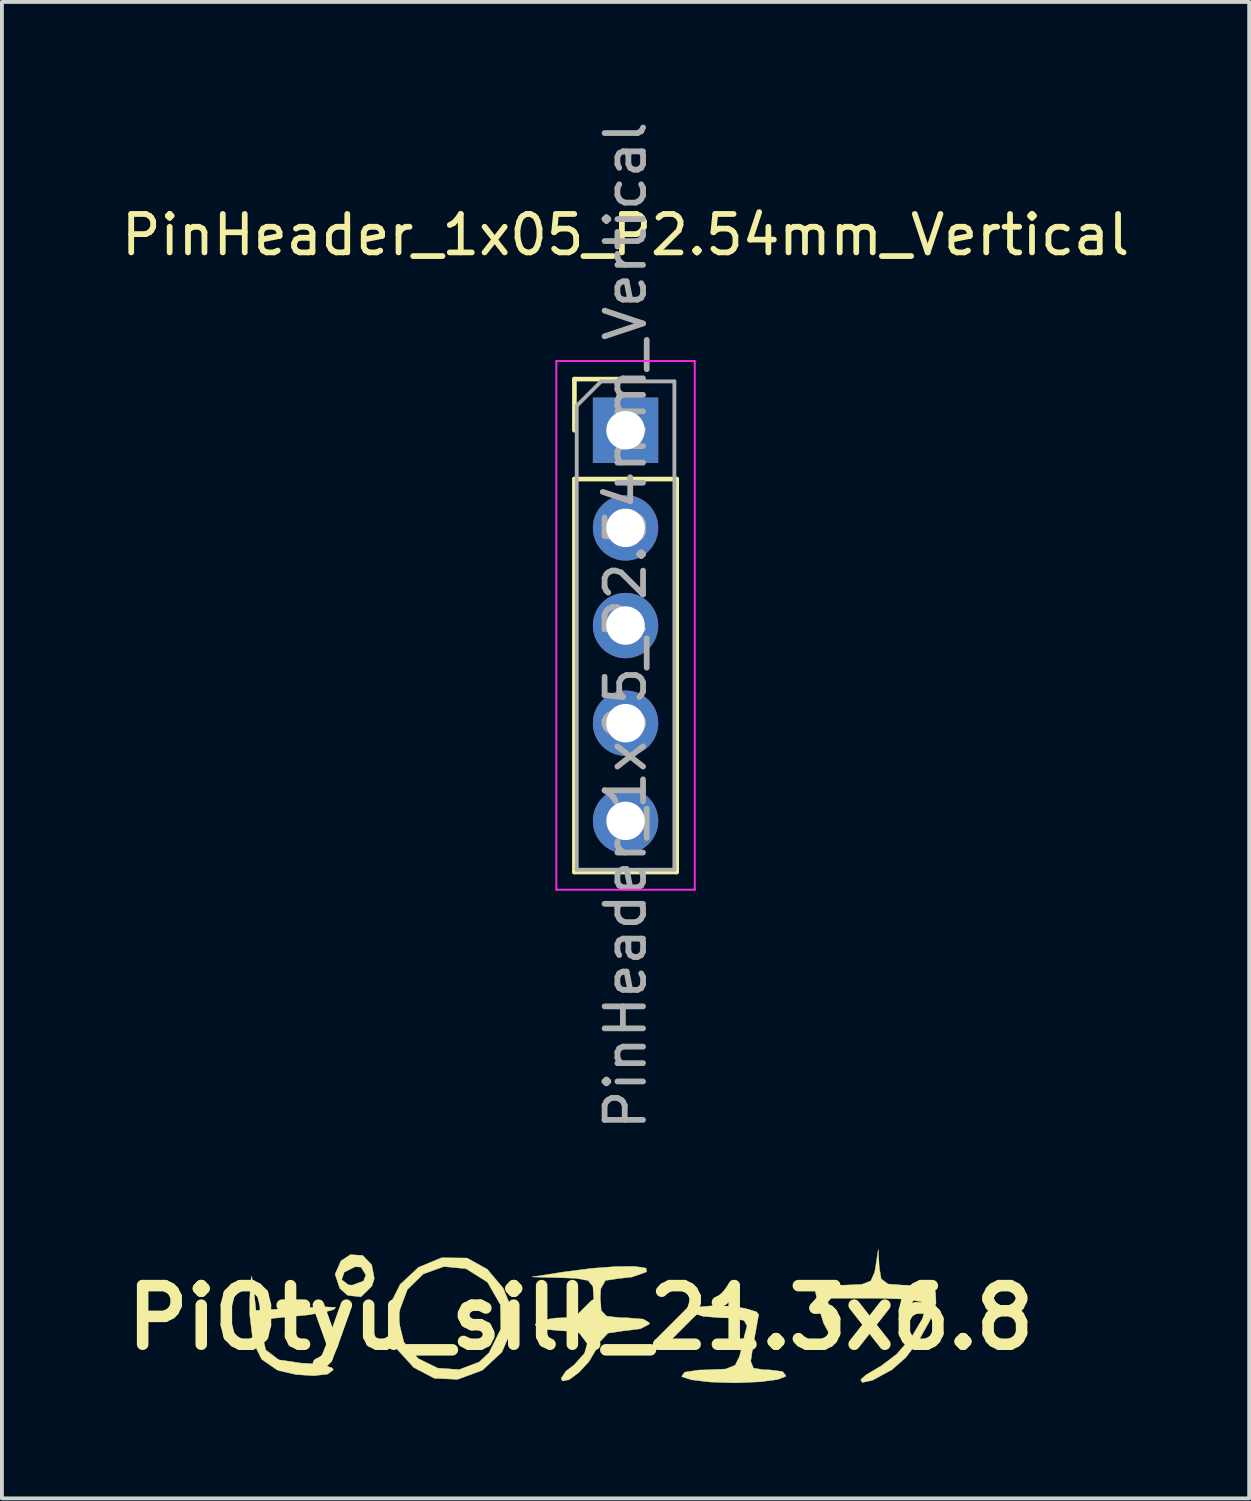
<source format=kicad_pcb>
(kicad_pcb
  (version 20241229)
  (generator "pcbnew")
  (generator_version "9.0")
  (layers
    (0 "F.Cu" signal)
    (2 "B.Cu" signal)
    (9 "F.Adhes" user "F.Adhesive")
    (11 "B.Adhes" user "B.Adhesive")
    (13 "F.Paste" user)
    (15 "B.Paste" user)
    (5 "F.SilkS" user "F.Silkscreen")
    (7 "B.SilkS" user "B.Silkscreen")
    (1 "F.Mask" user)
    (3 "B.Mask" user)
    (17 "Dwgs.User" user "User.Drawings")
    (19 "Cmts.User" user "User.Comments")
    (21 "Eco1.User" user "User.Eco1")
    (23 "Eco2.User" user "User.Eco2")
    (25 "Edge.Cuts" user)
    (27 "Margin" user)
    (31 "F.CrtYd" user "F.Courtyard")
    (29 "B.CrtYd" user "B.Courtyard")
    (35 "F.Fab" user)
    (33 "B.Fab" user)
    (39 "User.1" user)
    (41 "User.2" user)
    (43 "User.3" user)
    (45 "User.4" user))
  (footprint "PiOtyu_silk_21.3x6.8"
    (layer "F.Cu")
    (at 12.054 31.223)
    (property "Reference" "PiOtyu_silk_21.3x6.8" (at 0 0 0) (layer "F.SilkS") (effects (font (size 1.524 1.524) (thickness 0.3))))
    (attr through_hole)
    (fp_poly (pts (xy -5.669 -1.62) (xy -5.436 -1.376) (xy -5.369 -1.022) (xy -5.431 -0.823) (xy -5.717 -0.543) (xy -6.06 -0.582) (xy -6.264 -0.76) (xy -6.341 -0.988) (xy -6.216 -0.988) (xy -6.042 -0.856) (xy -5.941 -0.847) (xy -5.65 -0.954) (xy -5.588 -1.113) (xy -5.715 -1.317) (xy -5.87 -1.325) (xy -6.153 -1.183) (xy -6.216 -0.988) (xy -6.341 -0.988) (xy -6.39 -1.13) (xy -6.235 -1.48) (xy -5.991 -1.64) (xy -5.669 -1.62)) (stroke (width 0.01) (type solid)) (fill yes) (layer "F.SilkS"))
    (fp_poly (pts (xy -8.524 -0.908) (xy -8.513 -0.815) (xy -8.447 -0.191) (xy -7.229 -0.259) (xy -6.638 -0.282) (xy -6.373 -0.268) (xy -6.421 -0.214) (xy -6.519 -0.183) (xy -7.052 -0.078) (xy -7.641 -0.021) (xy -7.662 -0.02) (xy -8.084 0.024) (xy -8.264 0.16) (xy -8.297 0.389) (xy -8.193 0.838) (xy -7.856 1.094) (xy -7.25 1.184) (xy -7.163 1.185) (xy -6.72 1.22) (xy -6.462 1.309) (xy -6.435 1.355) (xy -6.581 1.467) (xy -6.942 1.508) (xy -7.4 1.478) (xy -7.841 1.378) (xy -7.905 1.353) (xy -8.297 1.082) (xy -8.525 0.621) (xy -8.609 -0.084) (xy -8.608 -0.455) (xy -8.587 -0.933) (xy -8.559 -1.082) (xy -8.524 -0.908)) (stroke (width 0.01) (type solid)) (fill yes) (layer "F.SilkS"))
    (fp_poly (pts (xy -2.972 -1.553) (xy -2.946 -1.547) (xy -2.431 -1.261) (xy -2.017 -0.77) (xy -1.78 -0.191) (xy -1.77 0.254) (xy -2.052 0.896) (xy -2.557 1.365) (xy -3.198 1.603) (xy -3.81 1.575) (xy -4.345 1.293) (xy -4.788 0.806) (xy -4.997 0.33) (xy -4.99 0.065) (xy -4.741 0.065) (xy -4.599 0.636) (xy -4.229 1.061) (xy -3.72 1.31) (xy -3.16 1.349) (xy -2.636 1.149) (xy -2.383 0.908) (xy -2.078 0.291) (xy -2.088 -0.335) (xy -2.411 -0.901) (xy -2.448 -0.939) (xy -2.984 -1.276) (xy -3.559 -1.331) (xy -4.094 -1.138) (xy -4.51 -0.732) (xy -4.727 -0.149) (xy -4.741 0.065) (xy -4.99 0.065) (xy -4.98 -0.299) (xy -4.696 -0.868) (xy -4.219 -1.311) (xy -3.62 -1.561) (xy -2.972 -1.553)) (stroke (width 0.01) (type solid)) (fill yes) (layer "F.SilkS"))
    (fp_poly (pts (xy 3.768 -0.305) (xy 4.258 -0.248) (xy 4.569 -0.155) (xy 4.629 -0.085) (xy 4.582 0.182) (xy 4.501 0.624) (xy 4.483 0.72) (xy 4.422 1.132) (xy 4.493 1.311) (xy 4.758 1.354) (xy 4.902 1.355) (xy 5.251 1.399) (xy 5.339 1.514) (xy 5.334 1.524) (xy 5.125 1.606) (xy 4.671 1.666) (xy 4.063 1.693) (xy 3.979 1.693) (xy 3.359 1.672) (xy 2.88 1.615) (xy 2.634 1.535) (xy 2.625 1.524) (xy 2.705 1.416) (xy 3.073 1.36) (xy 3.289 1.355) (xy 3.769 1.334) (xy 4.015 1.236) (xy 4.132 1.004) (xy 4.16 0.889) (xy 4.258 0.468) (xy 4.327 0.212) (xy 4.246 0.069) (xy 3.871 0.005) (xy 3.635 0) (xy 3.182 -0.036) (xy 2.912 -0.126) (xy 2.879 -0.178) (xy 3.036 -0.279) (xy 3.468 -0.314) (xy 3.768 -0.305)) (stroke (width 0.01) (type solid)) (fill yes) (layer "F.SilkS"))
    (fp_poly (pts (xy 7.764 -1.312) (xy 7.815 -1.011) (xy 7.989 -0.878) (xy 8.388 -0.847) (xy 8.457 -0.847) (xy 8.907 -0.808) (xy 9.196 -0.711) (xy 9.227 -0.679) (xy 9.241 -0.378) (xy 9.08 0.074) (xy 8.799 0.579) (xy 8.453 1.037) (xy 8.097 1.35) (xy 7.588 1.627) (xy 7.324 1.684) (xy 7.281 1.613) (xy 7.415 1.49) (xy 7.743 1.294) (xy 7.797 1.266) (xy 8.215 0.95) (xy 8.61 0.494) (xy 8.891 0.02) (xy 8.974 -0.296) (xy 8.855 -0.415) (xy 8.472 -0.483) (xy 7.792 -0.508) (xy 7.691 -0.508) (xy 6.408 -0.508) (xy 6.524 0.042) (xy 6.57 0.4) (xy 6.491 0.442) (xy 6.47 0.423) (xy 6.319 0.148) (xy 6.188 -0.281) (xy 6.185 -0.296) (xy 6.069 -0.847) (xy 6.833 -0.847) (xy 7.309 -0.866) (xy 7.546 -0.96) (xy 7.646 -1.187) (xy 7.668 -1.312) (xy 7.739 -1.778) (xy 7.764 -1.312)) (stroke (width 0.01) (type solid)) (fill yes) (layer "F.SilkS"))
    (fp_poly (pts (xy 1.7 -1.289) (xy 1.714 -1.2) (xy 1.693 -1.185) (xy 1.335 -1.059) (xy 0.974 -1.019) (xy 0.643 -0.969) (xy 0.521 -0.754) (xy 0.508 -0.508) (xy 0.534 -0.184) (xy 0.677 -0.039) (xy 1.032 -0.001) (xy 1.195 0) (xy 1.625 0.036) (xy 1.788 0.132) (xy 1.778 0.169) (xy 1.551 0.287) (xy 1.147 0.339) (xy 1.128 0.339) (xy 0.709 0.401) (xy 0.473 0.653) (xy 0.397 0.829) (xy 0.217 1.137) (xy -0.043 1.42) (xy -0.302 1.612) (xy -0.477 1.646) (xy -0.508 1.571) (xy -0.381 1.386) (xy -0.169 1.225) (xy 0.099 0.924) (xy 0.169 0.676) (xy 0.112 0.455) (xy -0.119 0.358) (xy -0.508 0.339) (xy -0.932 0.301) (xy -1.168 0.207) (xy -1.185 0.169) (xy -1.034 0.068) (xy -0.651 0.008) (xy -0.423 0) (xy 0.045 -0.015) (xy 0.267 -0.1) (xy 0.334 -0.316) (xy 0.339 -0.508) (xy 0.317 -0.815) (xy 0.193 -0.968) (xy -0.122 -1.025) (xy -0.466 -1.039) (xy -1.27 -1.061) (xy -0.423 -1.193) (xy 0.296 -1.286) (xy 0.93 -1.332) (xy 1.418 -1.334) (xy 1.7 -1.289)) (stroke (width 0.01) (type solid)) (fill yes) (layer "F.SilkS")))
  (footprint "PinHeader_1x05_P2.54mm_Vertical"
    (layer "F.Cu")
    (at 13.22 8.14)
    (property "Reference" "PinHeader_1x05_P2.54mm_Vertical" (at 0 -5.08 0) (layer "F.SilkS") (effects (font (size 1 1) (thickness 0.15))))
    (attr through_hole)
    (fp_line (start -1.33 -1.33) (end 0 -1.33) (stroke (width 0.12) (type solid)) (layer "F.SilkS"))
    (fp_line (start -1.33 0) (end -1.33 -1.33) (stroke (width 0.12) (type solid)) (layer "F.SilkS"))
    (fp_line (start -1.33 1.27) (end -1.33 11.49) (stroke (width 0.12) (type solid)) (layer "F.SilkS"))
    (fp_line (start -1.33 1.27) (end 1.33 1.27) (stroke (width 0.12) (type solid)) (layer "F.SilkS"))
    (fp_line (start -1.33 11.49) (end 1.33 11.49) (stroke (width 0.12) (type solid)) (layer "F.SilkS"))
    (fp_line (start 1.33 1.27) (end 1.33 11.49) (stroke (width 0.12) (type solid)) (layer "F.SilkS"))
    (fp_line (start -1.8 -1.8) (end -1.8 11.95) (stroke (width 0.05) (type solid)) (layer "F.CrtYd"))
    (fp_line (start -1.8 11.95) (end 1.8 11.95) (stroke (width 0.05) (type solid)) (layer "F.CrtYd"))
    (fp_line (start 1.8 -1.8) (end -1.8 -1.8) (stroke (width 0.05) (type solid)) (layer "F.CrtYd"))
    (fp_line (start 1.8 11.95) (end 1.8 -1.8) (stroke (width 0.05) (type solid)) (layer "F.CrtYd"))
    (fp_line (start -1.27 -0.635) (end -0.635 -1.27) (stroke (width 0.1) (type solid)) (layer "F.Fab"))
    (fp_line (start -1.27 11.43) (end -1.27 -0.635) (stroke (width 0.1) (type solid)) (layer "F.Fab"))
    (fp_line (start -0.635 -1.27) (end 1.27 -1.27) (stroke (width 0.1) (type solid)) (layer "F.Fab"))
    (fp_line (start 1.27 -1.27) (end 1.27 11.43) (stroke (width 0.1) (type solid)) (layer "F.Fab"))
    (fp_line (start 1.27 11.43) (end -1.27 11.43) (stroke (width 0.1) (type solid)) (layer "F.Fab"))
    (fp_text user "${REFERENCE}" (at 0 5.08 90) (layer "F.Fab") (effects (font (size 1 1) (thickness 0.15))))
    (pad "1" thru_hole rect (at 0 0) (size 1.7 1.7) (drill 1) (layers "*.Cu" "*.Mask"))
    (pad "2" thru_hole oval (at 0 2.54) (size 1.7 1.7) (drill 1) (layers "*.Cu" "*.Mask"))
    (pad "3" thru_hole oval (at 0 5.08) (size 1.7 1.7) (drill 1) (layers "*.Cu" "*.Mask"))
    (pad "4" thru_hole oval (at 0 7.62) (size 1.7 1.7) (drill 1) (layers "*.Cu" "*.Mask"))
    (pad "5" thru_hole oval (at 0 10.16) (size 1.7 1.7) (drill 1) (layers "*.Cu" "*.Mask")))
  (gr_rect
    (start -3 -3)
    (end 29.44 35.922)
    (stroke (width 0.1) (type default))
    (fill no)
    (layer "Edge.Cuts")))
</source>
